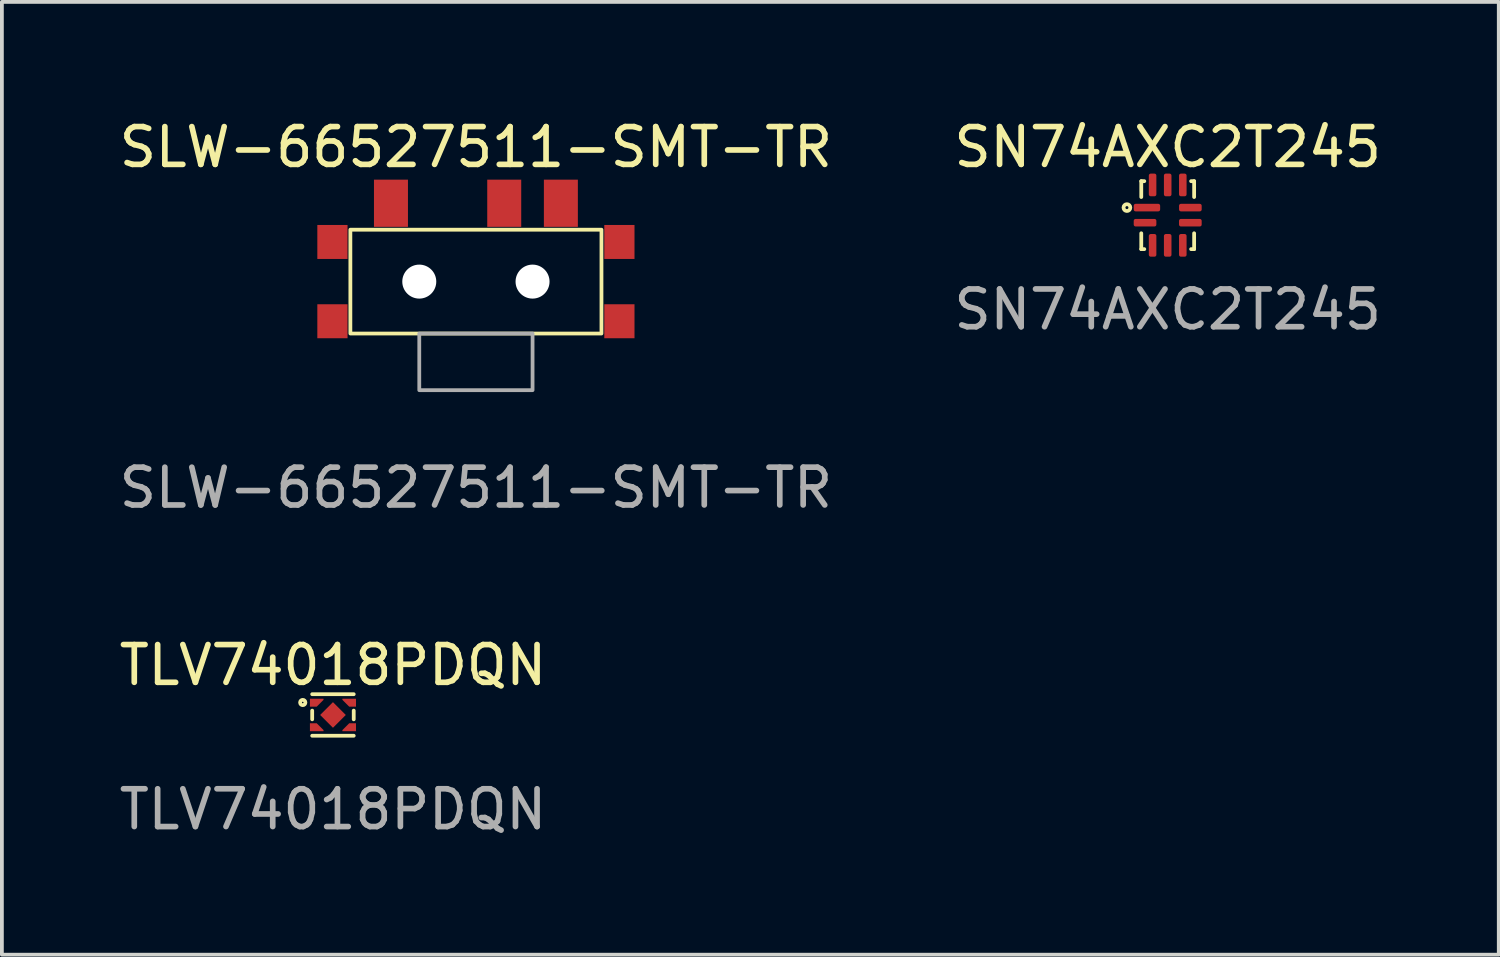
<source format=kicad_pcb>
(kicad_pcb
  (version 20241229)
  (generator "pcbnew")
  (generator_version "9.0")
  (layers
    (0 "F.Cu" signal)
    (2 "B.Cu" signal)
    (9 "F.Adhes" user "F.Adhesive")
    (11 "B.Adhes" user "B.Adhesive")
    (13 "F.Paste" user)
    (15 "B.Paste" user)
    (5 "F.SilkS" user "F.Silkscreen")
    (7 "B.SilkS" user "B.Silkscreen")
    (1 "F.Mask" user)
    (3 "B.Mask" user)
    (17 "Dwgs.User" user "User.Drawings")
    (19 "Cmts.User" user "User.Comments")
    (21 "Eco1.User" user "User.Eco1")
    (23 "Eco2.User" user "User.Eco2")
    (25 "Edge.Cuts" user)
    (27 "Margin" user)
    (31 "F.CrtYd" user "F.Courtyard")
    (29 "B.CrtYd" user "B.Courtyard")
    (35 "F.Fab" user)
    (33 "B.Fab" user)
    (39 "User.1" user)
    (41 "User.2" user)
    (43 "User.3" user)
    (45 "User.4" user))
  (footprint "SLW-66527511-SMT-TR"
    (layer "F.Cu")
    (at 9.554 4.408)
    (property "Reference" "SLW-66527511-SMT-TR" (at 0 -3.56 0) (unlocked yes) (layer "F.SilkS") (effects (font (size 1 1) (thickness 0.15))))
    (attr smd)
    (fp_rect (start -3.325 -1.375) (end 3.325 1.375) (stroke (width 0.1) (type solid)) (fill no) (layer "F.SilkS"))
    (fp_rect (start -1.5 1.375) (end 1.5 2.875) (stroke (width 0.1) (type solid)) (fill no) (layer "F.Fab"))
    (fp_text user "${REFERENCE}" (at 0 5.46 0) (unlocked yes) (layer "F.Fab") (effects (font (size 1 1) (thickness 0.15))))
    (pad "" np_thru_hole circle (at -1.5 0) (size 0.9 0.9) (drill 0.9) (layers "*.Cu" "*.Mask"))
    (pad "" np_thru_hole circle (at 1.5 0) (size 0.9 0.9) (drill 0.9) (layers "*.Cu" "*.Mask"))
    (pad "1" smd rect (at -2.25 -2.075) (size 0.9 1.25) (layers "F.Cu" "F.Mask" "F.Paste"))
    (pad "2" smd rect (at 0.75 -2.075) (size 0.9 1.25) (layers "F.Cu" "F.Mask" "F.Paste"))
    (pad "3" smd rect (at 2.25 -2.075) (size 0.9 1.25) (layers "F.Cu" "F.Mask" "F.Paste"))
    (pad "MP" smd rect (at -3.8 -1.05) (size 0.8 0.9) (layers "F.Cu" "F.Mask" "F.Paste"))
    (pad "MP" smd rect (at -3.8 1.05) (size 0.8 0.9) (layers "F.Cu" "F.Mask" "F.Paste"))
    (pad "MP" smd rect (at 3.8 -1.05) (size 0.8 0.9) (layers "F.Cu" "F.Mask" "F.Paste"))
    (pad "MP" smd rect (at 3.8 1.05) (size 0.8 0.9) (layers "F.Cu" "F.Mask" "F.Paste")))
  (footprint "TLV74018PDQN"
    (layer "F.Cu")
    (at 5.768 15.885)
    (property "Reference" "TLV74018PDQN" (at 0 -1.32 0) (unlocked yes) (layer "F.SilkS") (effects (font (size 1 1) (thickness 0.15))))
    (attr smd)
    (fp_line (start -0.55 0.115) (end -0.55 -0.115) (stroke (width 0.1) (type default)) (layer "F.SilkS"))
    (fp_line (start -0.55 0.55) (end 0.55 0.55) (stroke (width 0.1) (type default)) (layer "F.SilkS"))
    (fp_line (start 0.55 -0.55) (end -0.55 -0.55) (stroke (width 0.1) (type default)) (layer "F.SilkS"))
    (fp_line (start 0.55 -0.115) (end 0.55 0.115) (stroke (width 0.1) (type default)) (layer "F.SilkS"))
    (fp_circle (center -0.8 -0.33) (end -0.78 -0.33) (stroke (width 0.1) (type default)) (fill no) (layer "F.SilkS"))
    (fp_poly (pts (xy -0.318 0) (xy 0 -0.318) (xy 0.318 0) (xy 0 0.318)) (stroke (width 0) (type solid)) (fill yes) (layer "F.Paste"))
    (fp_poly (pts (xy -0.25 -0.43) (xy -0.65 -0.43) (xy -0.65 -0.22) (xy -0.43 -0.22) (xy -0.25 -0.4)) (stroke (width 0) (type solid)) (fill yes) (layer "F.Paste"))
    (fp_poly (pts (xy -0.25 0.43) (xy -0.65 0.43) (xy -0.65 0.22) (xy -0.43 0.22) (xy -0.25 0.4)) (stroke (width 0) (type solid)) (fill yes) (layer "F.Paste"))
    (fp_poly (pts (xy 0.25 -0.43) (xy 0.65 -0.43) (xy 0.65 -0.22) (xy 0.43 -0.22) (xy 0.25 -0.4)) (stroke (width 0) (type solid)) (fill yes) (layer "F.Paste"))
    (fp_poly (pts (xy 0.25 0.43) (xy 0.65 0.43) (xy 0.65 0.22) (xy 0.43 0.22) (xy 0.25 0.4)) (stroke (width 0) (type solid)) (fill yes) (layer "F.Paste"))
    (fp_text user "${REFERENCE}" (at 0 2.5 0) (unlocked yes) (layer "F.Fab") (effects (font (size 1 1) (thickness 0.15))))
    (pad "1" smd custom (at -0.43 -0.325) (size 0.01 0.1) (layers "F.Cu" "F.Mask") (options (anchor rect)) (primitives (gr_poly (pts (xy -0.18 -0.105) (xy -0.18 0.105) (xy 0 0.105) (xy 0.18 -0.075) (xy 0.18 -0.105)) (width 0) (fill yes))))
    (pad "2" smd custom (at -0.43 0.325) (size 0.01 0.1) (layers "F.Cu" "F.Mask") (options (anchor rect)) (primitives (gr_poly (pts (xy -0.18 0.105) (xy -0.18 -0.105) (xy 0 -0.105) (xy 0.18 0.075) (xy 0.18 0.105)) (width 0) (fill yes))))
    (pad "3" smd custom (at 0.43 0.325) (size 0.01 0.1) (layers "F.Cu" "F.Mask") (options (anchor rect)) (primitives (gr_poly (pts (xy 0.18 0.105) (xy 0.18 -0.105) (xy 0 -0.105) (xy -0.18 0.075) (xy -0.18 0.105)) (width 0) (fill yes))))
    (pad "4" smd custom (at 0.43 -0.325) (size 0.01 0.1) (layers "F.Cu" "F.Mask") (options (anchor rect)) (primitives (gr_poly (pts (xy 0.18 -0.105) (xy 0.18 0.105) (xy 0 0.105) (xy -0.18 -0.075) (xy -0.18 -0.105)) (width 0) (fill yes))))
    (pad "5" smd rect (at 0 0 45) (size 0.48 0.48) (layers "F.Cu" "F.Mask")))
  (footprint "SN74AXC2T245"
    (layer "F.Cu")
    (at 27.875 2.648)
    (property "Reference" "SN74AXC2T245" (at 0 -1.8 0) (unlocked yes) (layer "F.SilkS") (effects (font (size 1 1) (thickness 0.15))))
    (attr smd)
    (fp_line (start -0.7 -0.9) (end -0.7 -0.48) (stroke (width 0.1) (type default)) (layer "F.SilkS"))
    (fp_line (start -0.7 -0.9) (end -0.62 -0.9) (stroke (width 0.1) (type default)) (layer "F.SilkS"))
    (fp_line (start -0.7 0.9) (end -0.7 0.48) (stroke (width 0.1) (type default)) (layer "F.SilkS"))
    (fp_line (start -0.7 0.9) (end -0.62 0.9) (stroke (width 0.1) (type default)) (layer "F.SilkS"))
    (fp_line (start 0.7 -0.9) (end 0.62 -0.9) (stroke (width 0.1) (type default)) (layer "F.SilkS"))
    (fp_line (start 0.7 -0.9) (end 0.7 -0.48) (stroke (width 0.1) (type default)) (layer "F.SilkS"))
    (fp_line (start 0.7 0.9) (end 0.62 0.9) (stroke (width 0.1) (type default)) (layer "F.SilkS"))
    (fp_line (start 0.7 0.9) (end 0.7 0.48) (stroke (width 0.1) (type default)) (layer "F.SilkS"))
    (fp_circle (center -1.08 -0.2) (end -1.04 -0.2) (stroke (width 0.1) (type default)) (fill no) (layer "F.SilkS"))
    (fp_text user "${REFERENCE}" (at 0 2.5 0) (unlocked yes) (layer "F.Fab") (effects (font (size 1 1) (thickness 0.15))))
    (pad "1" smd roundrect (at -0.55 -0.2 270) (size 0.2 0.7) (layers "F.Cu" "F.Mask" "F.Paste") (roundrect_rratio 0.25))
    (pad "2" smd roundrect (at -0.6 0.2 270) (size 0.2 0.6) (layers "F.Cu" "F.Mask" "F.Paste") (roundrect_rratio 0.25))
    (pad "3" smd roundrect (at -0.4 0.8) (size 0.2 0.6) (layers "F.Cu" "F.Mask" "F.Paste") (roundrect_rratio 0.25))
    (pad "4" smd roundrect (at 0 0.8) (size 0.2 0.6) (layers "F.Cu" "F.Mask" "F.Paste") (roundrect_rratio 0.25))
    (pad "5" smd roundrect (at 0.4 0.8) (size 0.2 0.6) (layers "F.Cu" "F.Mask" "F.Paste") (roundrect_rratio 0.25))
    (pad "6" smd roundrect (at 0.6 0.2 270) (size 0.2 0.6) (layers "F.Cu" "F.Mask" "F.Paste") (roundrect_rratio 0.25))
    (pad "7" smd roundrect (at 0.6 -0.2 270) (size 0.2 0.6) (layers "F.Cu" "F.Mask" "F.Paste") (roundrect_rratio 0.25))
    (pad "8" smd roundrect (at 0.4 -0.8) (size 0.2 0.6) (layers "F.Cu" "F.Mask" "F.Paste") (roundrect_rratio 0.25))
    (pad "9" smd roundrect (at 0 -0.8) (size 0.2 0.6) (layers "F.Cu" "F.Mask" "F.Paste") (roundrect_rratio 0.25))
    (pad "10" smd roundrect (at -0.4 -0.8) (size 0.2 0.6) (layers "F.Cu" "F.Mask" "F.Paste") (roundrect_rratio 0.25)))
  (gr_rect
    (start -3 -3)
    (end 36.643 22.233)
    (stroke (width 0.1) (type default))
    (fill no)
    (layer "Edge.Cuts")))
</source>
